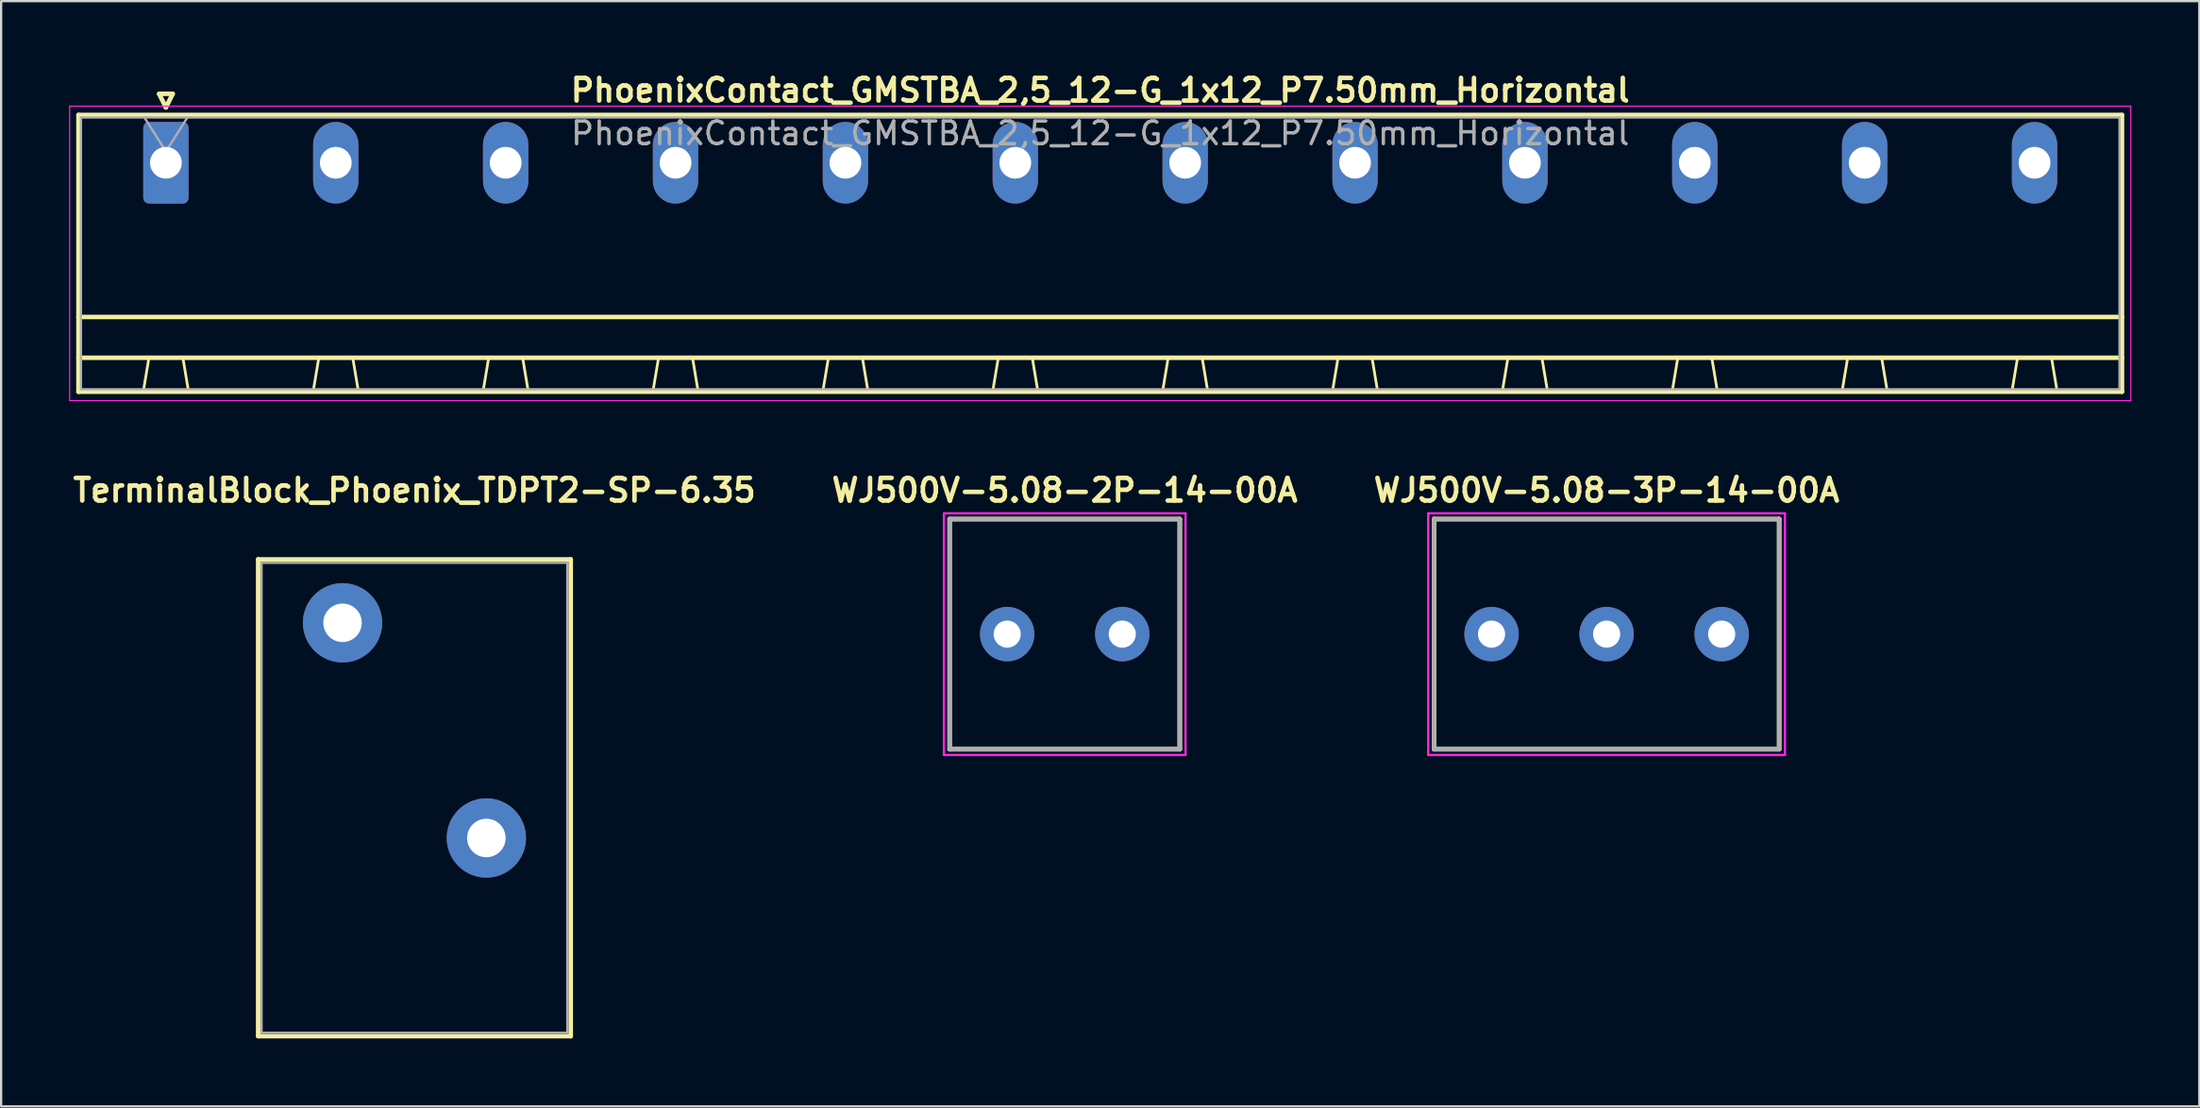
<source format=kicad_pcb>
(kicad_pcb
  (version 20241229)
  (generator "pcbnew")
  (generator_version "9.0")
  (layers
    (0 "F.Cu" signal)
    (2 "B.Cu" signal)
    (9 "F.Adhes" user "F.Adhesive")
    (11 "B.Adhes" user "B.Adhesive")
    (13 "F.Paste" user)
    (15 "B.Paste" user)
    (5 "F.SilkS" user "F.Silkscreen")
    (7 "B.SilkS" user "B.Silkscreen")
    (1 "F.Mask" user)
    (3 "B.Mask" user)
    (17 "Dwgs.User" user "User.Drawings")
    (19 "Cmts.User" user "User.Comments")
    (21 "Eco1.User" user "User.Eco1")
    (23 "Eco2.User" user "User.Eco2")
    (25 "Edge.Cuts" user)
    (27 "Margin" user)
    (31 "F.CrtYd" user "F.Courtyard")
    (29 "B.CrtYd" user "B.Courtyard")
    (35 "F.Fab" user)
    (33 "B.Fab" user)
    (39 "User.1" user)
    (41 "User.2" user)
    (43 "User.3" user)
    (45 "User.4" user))
  (footprint "TerminalBlock_Phoenix_TDPT2-SP-6.35"
    (layer "F.Cu")
    (at 12.073 24.447)
    (property "Reference" "TerminalBlock_Phoenix_TDPT2-SP-6.35" (at 3.175 -5.85 0) (layer "F.SilkS") (effects (font (size 1 1) (thickness 0.2))))
    (attr through_hole)
    (fp_line (start -3.725 -2.8) (end 10.075 -2.8) (stroke (width 0.2) (type solid)) (layer "F.SilkS"))
    (fp_line (start -3.725 18.25) (end -3.725 -2.8) (stroke (width 0.2) (type solid)) (layer "F.SilkS"))
    (fp_line (start 10.075 -2.8) (end 10.075 18.25) (stroke (width 0.2) (type solid)) (layer "F.SilkS"))
    (fp_line (start 10.075 18.25) (end -3.725 18.25) (stroke (width 0.2) (type solid)) (layer "F.SilkS"))
    (fp_line (start -3.575 -2.65) (end -3.575 18.1) (stroke (width 0.1) (type solid)) (layer "F.Fab"))
    (fp_line (start -3.575 18.1) (end 9.925 18.1) (stroke (width 0.1) (type solid)) (layer "F.Fab"))
    (fp_line (start 9.925 -2.65) (end -3.575 -2.65) (stroke (width 0.1) (type solid)) (layer "F.Fab"))
    (fp_line (start 9.925 18.1) (end 9.925 -2.65) (stroke (width 0.1) (type solid)) (layer "F.Fab"))
    (pad "1" thru_hole circle (at 0 0) (size 3.5 3.5) (drill 1.7) (layers "*.Cu" "*.Mask"))
    (pad "2" thru_hole circle (at 6.35 9.5) (size 3.5 3.5) (drill 1.7) (layers "*.Cu" "*.Mask")))
  (footprint "WJ500V-5.08-3P-14-00A"
    (layer "F.Cu")
    (at 62.801 24.947)
    (property "Reference" "WJ500V-5.08-3P-14-00A" (at 5.08 -6.35 0) (layer "F.SilkS") (effects (font (size 1 1) (thickness 0.2))))
    (attr through_hole)
    (fp_line (start -2.54 -5.08) (end -2.54 5.08) (stroke (width 0.2) (type solid)) (layer "F.SilkS"))
    (fp_line (start -2.54 5.08) (end 12.7 5.08) (stroke (width 0.2) (type solid)) (layer "F.SilkS"))
    (fp_line (start 12.7 -5.08) (end -2.54 -5.08) (stroke (width 0.2) (type solid)) (layer "F.SilkS"))
    (fp_line (start 12.7 5.08) (end 12.7 -5.08) (stroke (width 0.2) (type solid)) (layer "F.SilkS"))
    (fp_line (start -2.794 -5.334) (end 12.954 -5.334) (stroke (width 0.1) (type solid)) (layer "F.CrtYd"))
    (fp_line (start -2.794 5.334) (end -2.794 -5.334) (stroke (width 0.1) (type solid)) (layer "F.CrtYd"))
    (fp_line (start 12.954 -5.334) (end 12.954 5.334) (stroke (width 0.1) (type solid)) (layer "F.CrtYd"))
    (fp_line (start 12.954 5.334) (end -2.794 5.334) (stroke (width 0.1) (type solid)) (layer "F.CrtYd"))
    (fp_line (start -2.54 -5.08) (end 12.7 -5.08) (stroke (width 0.2) (type solid)) (layer "F.Fab"))
    (fp_line (start -2.54 5.08) (end -2.54 -5.08) (stroke (width 0.2) (type solid)) (layer "F.Fab"))
    (fp_line (start 12.7 -5.08) (end 12.7 5.08) (stroke (width 0.2) (type solid)) (layer "F.Fab"))
    (fp_line (start 12.7 5.08) (end -2.54 5.08) (stroke (width 0.2) (type solid)) (layer "F.Fab"))
    (pad "1" thru_hole circle (at 0 0) (size 2.4 2.4) (drill 1.2) (layers "*.Cu" "*.Mask"))
    (pad "2" thru_hole circle (at 5.08 0) (size 2.4 2.4) (drill 1.2) (layers "*.Cu" "*.Mask"))
    (pad "3" thru_hole circle (at 10.16 0) (size 2.4 2.4) (drill 1.2) (layers "*.Cu" "*.Mask")))
  (footprint "WJ500V-5.08-2P-14-00A"
    (layer "F.Cu")
    (at 41.417 24.947)
    (property "Reference" "WJ500V-5.08-2P-14-00A" (at 2.54 -6.35 0) (layer "F.SilkS") (effects (font (size 1 1) (thickness 0.2))))
    (attr through_hole)
    (fp_line (start -2.54 -5.08) (end -2.54 5.08) (stroke (width 0.2) (type solid)) (layer "F.SilkS"))
    (fp_line (start -2.54 5.08) (end 7.62 5.08) (stroke (width 0.2) (type solid)) (layer "F.SilkS"))
    (fp_line (start 7.62 -5.08) (end -2.54 -5.08) (stroke (width 0.2) (type solid)) (layer "F.SilkS"))
    (fp_line (start 7.62 5.08) (end 7.62 -5.08) (stroke (width 0.2) (type solid)) (layer "F.SilkS"))
    (fp_line (start -2.794 -5.334) (end 7.874 -5.334) (stroke (width 0.1) (type solid)) (layer "F.CrtYd"))
    (fp_line (start -2.794 5.334) (end -2.794 -5.334) (stroke (width 0.1) (type solid)) (layer "F.CrtYd"))
    (fp_line (start 7.874 -5.334) (end 7.874 5.334) (stroke (width 0.1) (type solid)) (layer "F.CrtYd"))
    (fp_line (start 7.874 5.334) (end -2.794 5.334) (stroke (width 0.1) (type solid)) (layer "F.CrtYd"))
    (fp_line (start -2.54 -5.08) (end 7.62 -5.08) (stroke (width 0.2) (type solid)) (layer "F.Fab"))
    (fp_line (start -2.54 5.08) (end -2.54 -5.08) (stroke (width 0.2) (type solid)) (layer "F.Fab"))
    (fp_line (start 7.62 -5.08) (end 7.62 5.08) (stroke (width 0.2) (type solid)) (layer "F.Fab"))
    (fp_line (start 7.62 5.08) (end -2.54 5.08) (stroke (width 0.2) (type solid)) (layer "F.Fab"))
    (pad "1" thru_hole circle (at 0 0) (size 2.4 2.4) (drill 1.2) (layers "*.Cu" "*.Mask"))
    (pad "2" thru_hole circle (at 5.08 0) (size 2.4 2.4) (drill 1.2) (layers "*.Cu" "*.Mask")))
  (footprint "PhoenixContact_GMSTBA_2,5_12-G_1x12_P7.50mm_Horizontal"
    (layer "F.Cu")
    (at 4.275 4.136)
    (property "Reference" "PhoenixContact_GMSTBA_2,5_12-G_1x12_P7.50mm_Horizontal" (at 41.25 -3.2 0) (layer "F.SilkS") (effects (font (size 1 1) (thickness 0.2) (bold yes))))
    (attr through_hole)
    (fp_line (start -3.86 -2.11) (end -3.86 10.11) (stroke (width 0.2) (type solid)) (layer "F.SilkS"))
    (fp_line (start -3.86 6.81) (end 86.36 6.81) (stroke (width 0.2) (type solid)) (layer "F.SilkS"))
    (fp_line (start -3.86 8.61) (end -3.86 6.81) (stroke (width 0.12) (type solid)) (layer "F.SilkS"))
    (fp_line (start -3.86 10.11) (end 86.36 10.11) (stroke (width 0.2) (type solid)) (layer "F.SilkS"))
    (fp_line (start -1 10.11) (end 1 10.11) (stroke (width 0.12) (type solid)) (layer "F.SilkS"))
    (fp_line (start -0.75 8.61) (end -1 10.11) (stroke (width 0.12) (type solid)) (layer "F.SilkS"))
    (fp_line (start -0.3 -3.043) (end 0.3 -3.043) (stroke (width 0.2) (type solid)) (layer "F.SilkS"))
    (fp_line (start 0 -2.443) (end -0.3 -3.043) (stroke (width 0.2) (type solid)) (layer "F.SilkS"))
    (fp_line (start 0.3 -3.043) (end 0 -2.443) (stroke (width 0.2) (type solid)) (layer "F.SilkS"))
    (fp_line (start 0.75 8.61) (end -0.75 8.61) (stroke (width 0.12) (type solid)) (layer "F.SilkS"))
    (fp_line (start 1 10.11) (end 0.75 8.61) (stroke (width 0.12) (type solid)) (layer "F.SilkS"))
    (fp_line (start 6.5 10.11) (end 8.5 10.11) (stroke (width 0.12) (type solid)) (layer "F.SilkS"))
    (fp_line (start 6.75 8.61) (end 6.5 10.11) (stroke (width 0.12) (type solid)) (layer "F.SilkS"))
    (fp_line (start 8.25 8.61) (end 6.75 8.61) (stroke (width 0.12) (type solid)) (layer "F.SilkS"))
    (fp_line (start 8.5 10.11) (end 8.25 8.61) (stroke (width 0.12) (type solid)) (layer "F.SilkS"))
    (fp_line (start 14 10.11) (end 16 10.11) (stroke (width 0.12) (type solid)) (layer "F.SilkS"))
    (fp_line (start 14.25 8.61) (end 14 10.11) (stroke (width 0.12) (type solid)) (layer "F.SilkS"))
    (fp_line (start 15.75 8.61) (end 14.25 8.61) (stroke (width 0.12) (type solid)) (layer "F.SilkS"))
    (fp_line (start 16 10.11) (end 15.75 8.61) (stroke (width 0.12) (type solid)) (layer "F.SilkS"))
    (fp_line (start 21.5 10.11) (end 23.5 10.11) (stroke (width 0.12) (type solid)) (layer "F.SilkS"))
    (fp_line (start 21.75 8.61) (end 21.5 10.11) (stroke (width 0.12) (type solid)) (layer "F.SilkS"))
    (fp_line (start 23.25 8.61) (end 21.75 8.61) (stroke (width 0.12) (type solid)) (layer "F.SilkS"))
    (fp_line (start 23.5 10.11) (end 23.25 8.61) (stroke (width 0.12) (type solid)) (layer "F.SilkS"))
    (fp_line (start 29 10.11) (end 31 10.11) (stroke (width 0.12) (type solid)) (layer "F.SilkS"))
    (fp_line (start 29.25 8.61) (end 29 10.11) (stroke (width 0.12) (type solid)) (layer "F.SilkS"))
    (fp_line (start 30.75 8.61) (end 29.25 8.61) (stroke (width 0.12) (type solid)) (layer "F.SilkS"))
    (fp_line (start 31 10.11) (end 30.75 8.61) (stroke (width 0.12) (type solid)) (layer "F.SilkS"))
    (fp_line (start 36.5 10.11) (end 38.5 10.11) (stroke (width 0.12) (type solid)) (layer "F.SilkS"))
    (fp_line (start 36.75 8.61) (end 36.5 10.11) (stroke (width 0.12) (type solid)) (layer "F.SilkS"))
    (fp_line (start 38.25 8.61) (end 36.75 8.61) (stroke (width 0.12) (type solid)) (layer "F.SilkS"))
    (fp_line (start 38.5 10.11) (end 38.25 8.61) (stroke (width 0.12) (type solid)) (layer "F.SilkS"))
    (fp_line (start 44 10.11) (end 46 10.11) (stroke (width 0.12) (type solid)) (layer "F.SilkS"))
    (fp_line (start 44.25 8.61) (end 44 10.11) (stroke (width 0.12) (type solid)) (layer "F.SilkS"))
    (fp_line (start 45.75 8.61) (end 44.25 8.61) (stroke (width 0.12) (type solid)) (layer "F.SilkS"))
    (fp_line (start 46 10.11) (end 45.75 8.61) (stroke (width 0.12) (type solid)) (layer "F.SilkS"))
    (fp_line (start 51.5 10.11) (end 53.5 10.11) (stroke (width 0.12) (type solid)) (layer "F.SilkS"))
    (fp_line (start 51.75 8.61) (end 51.5 10.11) (stroke (width 0.12) (type solid)) (layer "F.SilkS"))
    (fp_line (start 53.25 8.61) (end 51.75 8.61) (stroke (width 0.12) (type solid)) (layer "F.SilkS"))
    (fp_line (start 53.5 10.11) (end 53.25 8.61) (stroke (width 0.12) (type solid)) (layer "F.SilkS"))
    (fp_line (start 59 10.11) (end 61 10.11) (stroke (width 0.12) (type solid)) (layer "F.SilkS"))
    (fp_line (start 59.25 8.61) (end 59 10.11) (stroke (width 0.12) (type solid)) (layer "F.SilkS"))
    (fp_line (start 60.75 8.61) (end 59.25 8.61) (stroke (width 0.12) (type solid)) (layer "F.SilkS"))
    (fp_line (start 61 10.11) (end 60.75 8.61) (stroke (width 0.12) (type solid)) (layer "F.SilkS"))
    (fp_line (start 66.5 10.11) (end 68.5 10.11) (stroke (width 0.12) (type solid)) (layer "F.SilkS"))
    (fp_line (start 66.75 8.61) (end 66.5 10.11) (stroke (width 0.12) (type solid)) (layer "F.SilkS"))
    (fp_line (start 68.25 8.61) (end 66.75 8.61) (stroke (width 0.12) (type solid)) (layer "F.SilkS"))
    (fp_line (start 68.5 10.11) (end 68.25 8.61) (stroke (width 0.12) (type solid)) (layer "F.SilkS"))
    (fp_line (start 74 10.11) (end 76 10.11) (stroke (width 0.12) (type solid)) (layer "F.SilkS"))
    (fp_line (start 74.25 8.61) (end 74 10.11) (stroke (width 0.12) (type solid)) (layer "F.SilkS"))
    (fp_line (start 75.75 8.61) (end 74.25 8.61) (stroke (width 0.12) (type solid)) (layer "F.SilkS"))
    (fp_line (start 76 10.11) (end 75.75 8.61) (stroke (width 0.12) (type solid)) (layer "F.SilkS"))
    (fp_line (start 81.5 10.11) (end 83.5 10.11) (stroke (width 0.12) (type solid)) (layer "F.SilkS"))
    (fp_line (start 81.75 8.61) (end 81.5 10.11) (stroke (width 0.12) (type solid)) (layer "F.SilkS"))
    (fp_line (start 83.25 8.61) (end 81.75 8.61) (stroke (width 0.12) (type solid)) (layer "F.SilkS"))
    (fp_line (start 83.5 10.11) (end 83.25 8.61) (stroke (width 0.12) (type solid)) (layer "F.SilkS"))
    (fp_line (start 86.36 -2.11) (end -3.86 -2.11) (stroke (width 0.2) (type solid)) (layer "F.SilkS"))
    (fp_line (start 86.36 6.81) (end 86.36 8.61) (stroke (width 0.12) (type solid)) (layer "F.SilkS"))
    (fp_line (start 86.36 8.61) (end -3.86 8.61) (stroke (width 0.2) (type solid)) (layer "F.SilkS"))
    (fp_line (start 86.36 10.11) (end 86.36 -2.11) (stroke (width 0.2) (type solid)) (layer "F.SilkS"))
    (fp_line (start -4.25 -2.5) (end -4.25 10.5) (stroke (width 0.05) (type solid)) (layer "F.CrtYd"))
    (fp_line (start -4.25 10.5) (end 86.75 10.5) (stroke (width 0.05) (type solid)) (layer "F.CrtYd"))
    (fp_line (start 86.75 -2.5) (end -4.25 -2.5) (stroke (width 0.05) (type solid)) (layer "F.CrtYd"))
    (fp_line (start 86.75 10.5) (end 86.75 -2.5) (stroke (width 0.05) (type solid)) (layer "F.CrtYd"))
    (fp_line (start -3.75 -2) (end -3.75 10) (stroke (width 0.1) (type solid)) (layer "F.Fab"))
    (fp_line (start -3.75 10) (end 86.25 10) (stroke (width 0.1) (type solid)) (layer "F.Fab"))
    (fp_line (start 0 -0.5) (end -0.95 -2) (stroke (width 0.1) (type solid)) (layer "F.Fab"))
    (fp_line (start 0.95 -2) (end 0 -0.5) (stroke (width 0.1) (type solid)) (layer "F.Fab"))
    (fp_line (start 86.25 -2) (end -3.75 -2) (stroke (width 0.1) (type solid)) (layer "F.Fab"))
    (fp_line (start 86.25 10) (end 86.25 -2) (stroke (width 0.1) (type solid)) (layer "F.Fab"))
    (fp_text user "${REFERENCE}" (at 41.25 -1.3 0) (layer "F.Fab") (effects (font (size 1 1) (thickness 0.15))))
    (pad "1" thru_hole roundrect (at 0 0) (size 2 3.6) (drill 1.4) (layers "*.Cu" "*.Mask") (roundrect_rratio 0.125))
    (pad "2" thru_hole oval (at 7.5 0) (size 2 3.6) (drill 1.4) (layers "*.Cu" "*.Mask"))
    (pad "3" thru_hole oval (at 15 0) (size 2 3.6) (drill 1.4) (layers "*.Cu" "*.Mask"))
    (pad "4" thru_hole oval (at 22.5 0) (size 2 3.6) (drill 1.4) (layers "*.Cu" "*.Mask"))
    (pad "5" thru_hole oval (at 30 0) (size 2 3.6) (drill 1.4) (layers "*.Cu" "*.Mask"))
    (pad "6" thru_hole oval (at 37.5 0) (size 2 3.6) (drill 1.4) (layers "*.Cu" "*.Mask"))
    (pad "7" thru_hole oval (at 45 0) (size 2 3.6) (drill 1.4) (layers "*.Cu" "*.Mask"))
    (pad "8" thru_hole oval (at 52.5 0) (size 2 3.6) (drill 1.4) (layers "*.Cu" "*.Mask"))
    (pad "9" thru_hole oval (at 60 0) (size 2 3.6) (drill 1.4) (layers "*.Cu" "*.Mask"))
    (pad "10" thru_hole oval (at 67.5 0) (size 2 3.6) (drill 1.4) (layers "*.Cu" "*.Mask"))
    (pad "11" thru_hole oval (at 75 0) (size 2 3.6) (drill 1.4) (layers "*.Cu" "*.Mask"))
    (pad "12" thru_hole oval (at 82.5 0) (size 2 3.6) (drill 1.4) (layers "*.Cu" "*.Mask")))
  (gr_rect
    (start -3 -3)
    (end 94.05 45.797)
    (stroke (width 0.1) (type default))
    (fill no)
    (layer "Edge.Cuts")))
</source>
